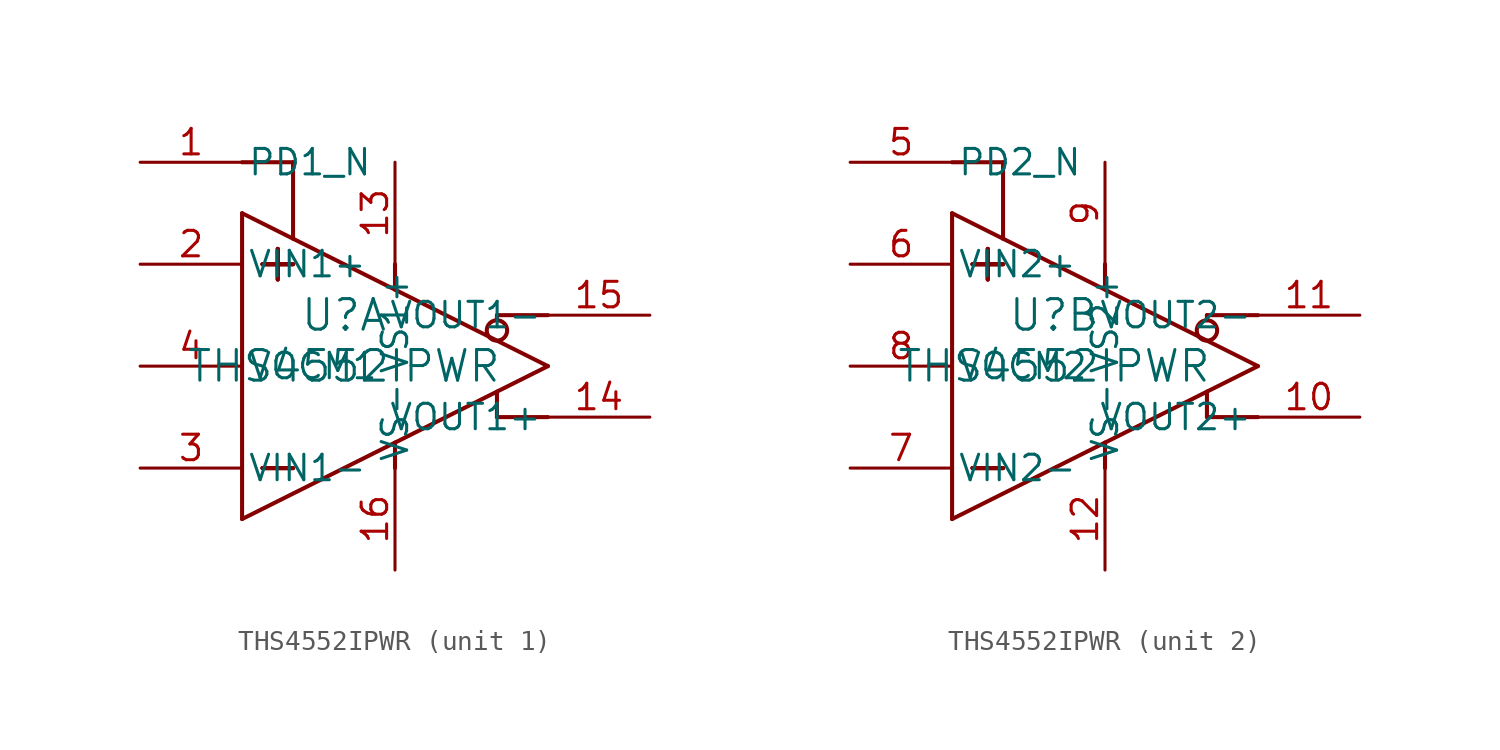
<source format=kicad_sym>
(kicad_symbol_lib
  (version 20211014)
  (generator kicad_symbol_editor)
  (symbol "THS4552IPWR"
    (pin_names
      (offset 0.254))
    (property "Reference" "U"
      (at 0 2.54 0)
      (effects (font (size 1.524 1.524))))
    (property "Value" "THS4552IPWR"
      (at 0 0 0)
      (effects (font (size 1.524 1.524))))
    (symbol "THS4552IPWR_1_1"
      (polyline (pts (xy -5.08 -7.62) (xy -5.08 7.62)) (stroke (width 0.203) (type default) (color 0 0 0 0)) (fill (type none)))
      (polyline (pts (xy -5.08 7.62) (xy 10.16 0)) (stroke (width 0.203) (type default) (color 0 0 0 0)) (fill (type none)))
      (polyline (pts (xy 10.16 0) (xy -5.08 -7.62)) (stroke (width 0.203) (type default) (color 0 0 0 0)) (fill (type none)))
      (polyline (pts (xy -4.064 -5.08) (xy -2.54 -5.08)) (stroke (width 0.203) (type default) (color 0 0 0 0)) (fill (type none)))
      (polyline (pts (xy -4.064 5.08) (xy -2.54 5.08)) (stroke (width 0.203) (type default) (color 0 0 0 0)) (fill (type none)))
      (polyline (pts (xy -3.302 5.842) (xy -3.302 4.318)) (stroke (width 0.203) (type default) (color 0 0 0 0)) (fill (type none)))
      (polyline (pts (xy -4.064 -5.08) (xy -2.54 -5.08)) (stroke (width 0.203) (type default) (color 0 0 0 0)) (fill (type none)))
      (polyline (pts (xy -4.064 5.08) (xy -2.54 5.08)) (stroke (width 0.203) (type default) (color 0 0 0 0)) (fill (type none)))
      (polyline (pts (xy -3.302 5.842) (xy -3.302 4.318)) (stroke (width 0.203) (type default) (color 0 0 0 0)) (fill (type none)))
      (polyline (pts (xy 2.54 5.08) (xy 2.54 3.81)) (stroke (width 0.203) (type default) (color 0 0 0 0)) (fill (type none)))
      (polyline (pts (xy -4.064 -5.08) (xy -2.54 -5.08)) (stroke (width 0.203) (type default) (color 0 0 0 0)) (fill (type none)))
      (polyline (pts (xy -4.064 5.08) (xy -2.54 5.08)) (stroke (width 0.203) (type default) (color 0 0 0 0)) (fill (type none)))
      (polyline (pts (xy -3.302 5.842) (xy -3.302 4.318)) (stroke (width 0.203) (type default) (color 0 0 0 0)) (fill (type none)))
      (polyline (pts (xy 2.54 -5.08) (xy 2.54 -3.81)) (stroke (width 0.203) (type default) (color 0 0 0 0)) (fill (type none)))
      (polyline (pts (xy 7.62 -1.27) (xy 7.62 -2.54)) (stroke (width 0.203) (type default) (color 0 0 0 0)) (fill (type none)))
      (polyline (pts (xy 7.62 -2.54) (xy 10.16 -2.54)) (stroke (width 0.203) (type default) (color 0 0 0 0)) (fill (type none)))
      (polyline (pts (xy 10.16 2.54) (xy 7.62 2.54)) (stroke (width 0.203) (type default) (color 0 0 0 0)) (fill (type none)))
      (polyline (pts (xy 7.62 2.54) (xy 7.62 2.286)) (stroke (width 0.203) (type default) (color 0 0 0 0)) (fill (type none)))
      (polyline (pts (xy -2.54 6.35) (xy -2.54 10.16)) (stroke (width 0.203) (type default) (color 0 0 0 0)) (fill (type none)))
      (polyline (pts (xy -2.54 10.16) (xy -5.08 10.16)) (stroke (width 0.203) (type default) (color 0 0 0 0)) (fill (type none)))
      (circle (center 7.62 1.778) (radius 0.508) (stroke (width 0.203) (type default) (color 0 0 0 0)) (fill (type none)))
      (pin input line (at -10.16 10.16 0) (length 5.08) (name "PD1_N" (effects (font (size 1.27 1.27)))) (number "1" (effects (font (size 1.27 1.27)))))
      (pin input line (at -10.16 5.08 0) (length 5.08) (name "VIN1+" (effects (font (size 1.27 1.27)))) (number "2" (effects (font (size 1.27 1.27)))))
      (pin input line (at -10.16 -5.08 0) (length 5.08) (name "VIN1-" (effects (font (size 1.27 1.27)))) (number "3" (effects (font (size 1.27 1.27)))))
      (pin input line (at -10.16 0 0) (length 5.08) (name "VOCM1" (effects (font (size 1.27 1.27)))) (number "4" (effects (font (size 1.27 1.27)))))
      (pin power_in line (at 2.54 10.16 270) (length 5.08) (name "VS1+" (effects (font (size 1.27 1.27)))) (number "13" (effects (font (size 1.27 1.27)))))
      (pin output line (at 15.24 -2.54 180) (length 5.08) (name "VOUT1+" (effects (font (size 1.27 1.27)))) (number "14" (effects (font (size 1.27 1.27)))))
      (pin output line (at 15.24 2.54 180) (length 5.08) (name "VOUT1-" (effects (font (size 1.27 1.27)))) (number "15" (effects (font (size 1.27 1.27)))))
      (pin power_in line (at 2.54 -10.16 90) (length 5.08) (name "VS-" (effects (font (size 1.27 1.27)))) (number "16" (effects (font (size 1.27 1.27))))))
    (symbol "THS4552IPWR_2_1"
      (polyline (pts (xy -5.08 -7.62) (xy -5.08 7.62)) (stroke (width 0.203) (type default) (color 0 0 0 0)) (fill (type none)))
      (polyline (pts (xy -5.08 7.62) (xy 10.16 0)) (stroke (width 0.203) (type default) (color 0 0 0 0)) (fill (type none)))
      (polyline (pts (xy 10.16 0) (xy -5.08 -7.62)) (stroke (width 0.203) (type default) (color 0 0 0 0)) (fill (type none)))
      (polyline (pts (xy -4.064 -5.08) (xy -2.54 -5.08)) (stroke (width 0.203) (type default) (color 0 0 0 0)) (fill (type none)))
      (polyline (pts (xy -4.064 5.08) (xy -2.54 5.08)) (stroke (width 0.203) (type default) (color 0 0 0 0)) (fill (type none)))
      (polyline (pts (xy -3.302 5.842) (xy -3.302 4.318)) (stroke (width 0.203) (type default) (color 0 0 0 0)) (fill (type none)))
      (polyline (pts (xy -4.064 -5.08) (xy -2.54 -5.08)) (stroke (width 0.203) (type default) (color 0 0 0 0)) (fill (type none)))
      (polyline (pts (xy -4.064 5.08) (xy -2.54 5.08)) (stroke (width 0.203) (type default) (color 0 0 0 0)) (fill (type none)))
      (polyline (pts (xy -3.302 5.842) (xy -3.302 4.318)) (stroke (width 0.203) (type default) (color 0 0 0 0)) (fill (type none)))
      (polyline (pts (xy 2.54 5.08) (xy 2.54 3.81)) (stroke (width 0.203) (type default) (color 0 0 0 0)) (fill (type none)))
      (polyline (pts (xy -4.064 -5.08) (xy -2.54 -5.08)) (stroke (width 0.203) (type default) (color 0 0 0 0)) (fill (type none)))
      (polyline (pts (xy -4.064 5.08) (xy -2.54 5.08)) (stroke (width 0.203) (type default) (color 0 0 0 0)) (fill (type none)))
      (polyline (pts (xy -3.302 5.842) (xy -3.302 4.318)) (stroke (width 0.203) (type default) (color 0 0 0 0)) (fill (type none)))
      (polyline (pts (xy 2.54 -5.08) (xy 2.54 -3.81)) (stroke (width 0.203) (type default) (color 0 0 0 0)) (fill (type none)))
      (polyline (pts (xy 7.62 -1.27) (xy 7.62 -2.54)) (stroke (width 0.203) (type default) (color 0 0 0 0)) (fill (type none)))
      (polyline (pts (xy 7.62 -2.54) (xy 10.16 -2.54)) (stroke (width 0.203) (type default) (color 0 0 0 0)) (fill (type none)))
      (polyline (pts (xy 10.16 2.54) (xy 7.62 2.54)) (stroke (width 0.203) (type default) (color 0 0 0 0)) (fill (type none)))
      (polyline (pts (xy 7.62 2.54) (xy 7.62 2.286)) (stroke (width 0.203) (type default) (color 0 0 0 0)) (fill (type none)))
      (polyline (pts (xy -2.54 6.35) (xy -2.54 10.16)) (stroke (width 0.203) (type default) (color 0 0 0 0)) (fill (type none)))
      (polyline (pts (xy -2.54 10.16) (xy -5.08 10.16)) (stroke (width 0.203) (type default) (color 0 0 0 0)) (fill (type none)))
      (circle (center 7.62 1.778) (radius 0.508) (stroke (width 0.203) (type default) (color 0 0 0 0)) (fill (type none)))
      (pin input line (at -10.16 10.16 0) (length 5.08) (name "PD2_N" (effects (font (size 1.27 1.27)))) (number "5" (effects (font (size 1.27 1.27)))))
      (pin input line (at -10.16 5.08 0) (length 5.08) (name "VIN2+" (effects (font (size 1.27 1.27)))) (number "6" (effects (font (size 1.27 1.27)))))
      (pin input line (at -10.16 -5.08 0) (length 5.08) (name "VIN2-" (effects (font (size 1.27 1.27)))) (number "7" (effects (font (size 1.27 1.27)))))
      (pin input line (at -10.16 0 0) (length 5.08) (name "VOCM2" (effects (font (size 1.27 1.27)))) (number "8" (effects (font (size 1.27 1.27)))))
      (pin power_in line (at 2.54 10.16 270) (length 5.08) (name "VS2+" (effects (font (size 1.27 1.27)))) (number "9" (effects (font (size 1.27 1.27)))))
      (pin output line (at 15.24 -2.54 180) (length 5.08) (name "VOUT2+" (effects (font (size 1.27 1.27)))) (number "10" (effects (font (size 1.27 1.27)))))
      (pin output line (at 15.24 2.54 180) (length 5.08) (name "VOUT2-" (effects (font (size 1.27 1.27)))) (number "11" (effects (font (size 1.27 1.27)))))
      (pin power_in line (at 2.54 -10.16 90) (length 5.08) (name "VS-" (effects (font (size 1.27 1.27)))) (number "12" (effects (font (size 1.27 1.27))))))))
</source>
